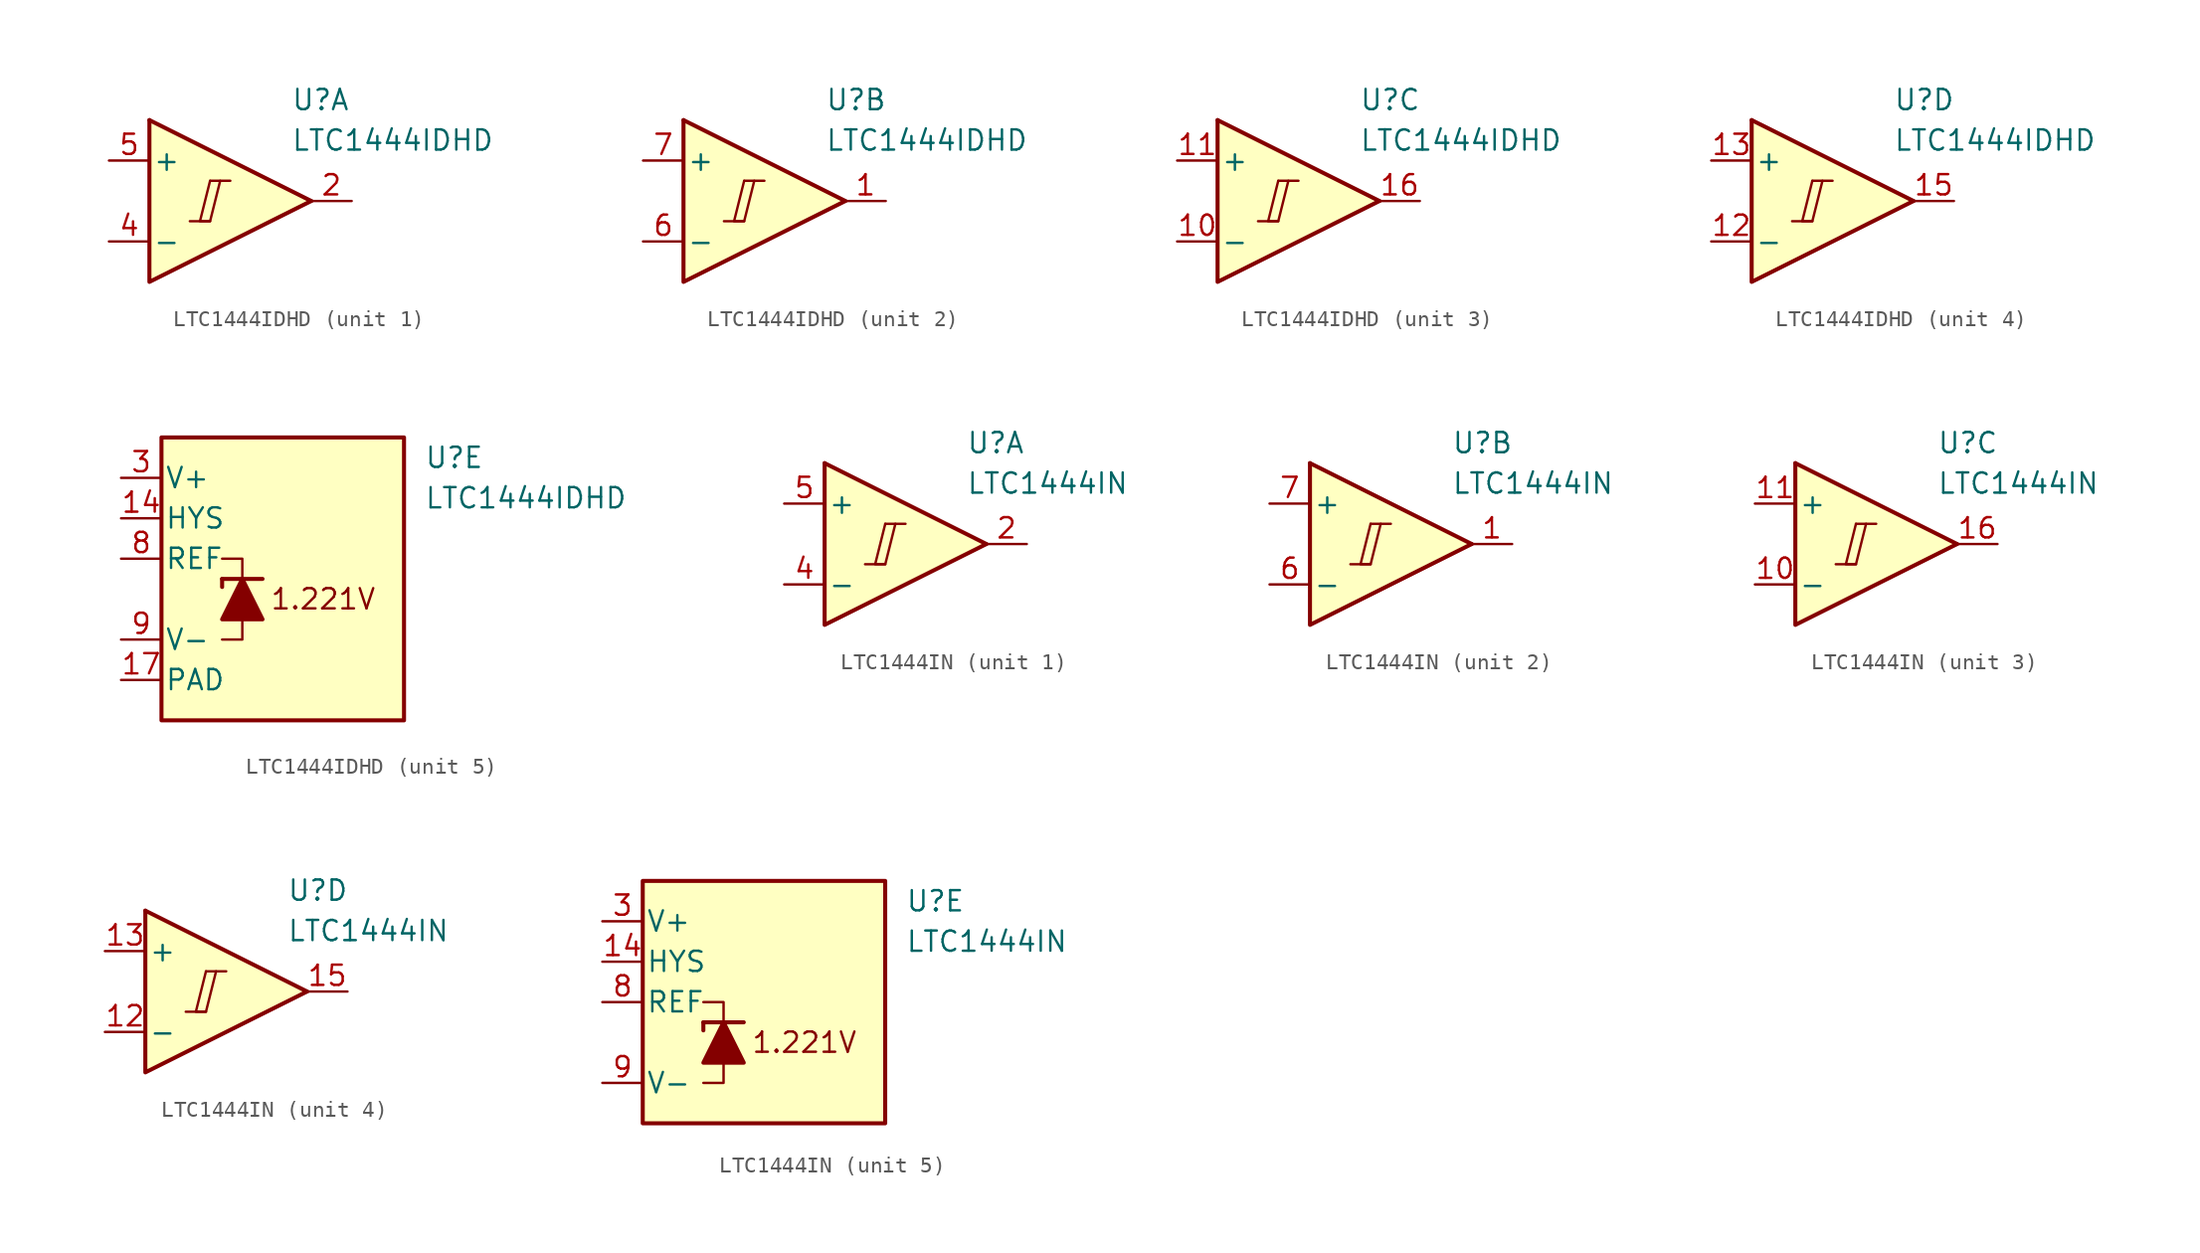
<source format=kicad_sym>
(kicad_symbol_lib
  (version 20231120)
  (generator "kicad_symbol_editor")
  (generator_version "8.0")
  (symbol "LTC1444IDHD"
    (pin_names
      (offset 0.2))
    (property "Reference" "U"
      (at 5.08 6.35 0)
      (effects (font (size 1.27 1.27)) (justify left)))
    (property "Value" "LTC1444IDHD"
      (at 5.08 3.81 0)
      (effects (font (size 1.27 1.27)) (justify left)))
    (property "ki_locked" ""
      (at 0 0 0)
      (effects (font (size 1.27 1.27))))
    (symbol "LTC1444IDHD_1_0"
      (polyline (pts (xy -1.27 -1.27) (xy 0 -1.27)) (stroke (width 0.152) (type default)) (fill (type none)))
      (polyline (pts (xy 0 1.27) (xy 1.27 1.27)) (stroke (width 0.152) (type default)) (fill (type none)))
      (polyline (pts (xy 0 1.27) (xy -0.635 -1.27) (xy 0 -1.27) (xy 0.635 1.27)) (stroke (width 0.152) (type default)) (fill (type none))))
    (symbol "LTC1444IDHD_1_1"
      (polyline (pts (xy -3.81 5.08) (xy 6.35 0)) (stroke (width 0.254) (type default)) (fill (type none)))
      (polyline (pts (xy -3.81 5.08) (xy -3.81 -5.08) (xy 6.35 0)) (stroke (width 0.254) (type default)) (fill (type background)))
      (pin output line (at 8.89 0 180) (length 2.54) (name "~" (effects (font (size 1.27 1.27)))) (number "2" (effects (font (size 1.27 1.27)))))
      (pin input line (at -6.35 -2.54 0) (length 2.54) (name "-" (effects (font (size 1.27 1.27)))) (number "4" (effects (font (size 1.27 1.27)))))
      (pin input line (at -6.35 2.54 0) (length 2.54) (name "+" (effects (font (size 1.27 1.27)))) (number "5" (effects (font (size 1.27 1.27))))))
    (symbol "LTC1444IDHD_2_0"
      (polyline (pts (xy -1.27 -1.27) (xy 0 -1.27)) (stroke (width 0.152) (type default)) (fill (type none)))
      (polyline (pts (xy 0 1.27) (xy 1.27 1.27)) (stroke (width 0.152) (type default)) (fill (type none)))
      (polyline (pts (xy 0 1.27) (xy -0.635 -1.27) (xy 0 -1.27) (xy 0.635 1.27)) (stroke (width 0.152) (type default)) (fill (type none))))
    (symbol "LTC1444IDHD_2_1"
      (polyline (pts (xy -3.81 5.08) (xy 6.35 0)) (stroke (width 0.254) (type default)) (fill (type none)))
      (polyline (pts (xy -3.81 5.08) (xy -3.81 -5.08) (xy 6.35 0)) (stroke (width 0.254) (type default)) (fill (type background)))
      (pin output line (at 8.89 0 180) (length 2.54) (name "~" (effects (font (size 1.27 1.27)))) (number "1" (effects (font (size 1.27 1.27)))))
      (pin input line (at -6.35 -2.54 0) (length 2.54) (name "-" (effects (font (size 1.27 1.27)))) (number "6" (effects (font (size 1.27 1.27)))))
      (pin input line (at -6.35 2.54 0) (length 2.54) (name "+" (effects (font (size 1.27 1.27)))) (number "7" (effects (font (size 1.27 1.27))))))
    (symbol "LTC1444IDHD_3_0"
      (polyline (pts (xy -1.27 -1.27) (xy 0 -1.27)) (stroke (width 0.152) (type default)) (fill (type none)))
      (polyline (pts (xy 0 1.27) (xy 1.27 1.27)) (stroke (width 0.152) (type default)) (fill (type none)))
      (polyline (pts (xy 0 1.27) (xy -0.635 -1.27) (xy 0 -1.27) (xy 0.635 1.27)) (stroke (width 0.152) (type default)) (fill (type none))))
    (symbol "LTC1444IDHD_3_1"
      (polyline (pts (xy -3.81 5.08) (xy 6.35 0)) (stroke (width 0.254) (type default)) (fill (type none)))
      (polyline (pts (xy -3.81 5.08) (xy -3.81 -5.08) (xy 6.35 0)) (stroke (width 0.254) (type default)) (fill (type background)))
      (pin input line (at -6.35 -2.54 0) (length 2.54) (name "-" (effects (font (size 1.27 1.27)))) (number "10" (effects (font (size 1.27 1.27)))))
      (pin input line (at -6.35 2.54 0) (length 2.54) (name "+" (effects (font (size 1.27 1.27)))) (number "11" (effects (font (size 1.27 1.27)))))
      (pin output line (at 8.89 0 180) (length 2.54) (name "~" (effects (font (size 1.27 1.27)))) (number "16" (effects (font (size 1.27 1.27))))))
    (symbol "LTC1444IDHD_4_0"
      (polyline (pts (xy -1.27 -1.27) (xy 0 -1.27)) (stroke (width 0.152) (type default)) (fill (type none)))
      (polyline (pts (xy 0 1.27) (xy 1.27 1.27)) (stroke (width 0.152) (type default)) (fill (type none)))
      (polyline (pts (xy 0 1.27) (xy -0.635 -1.27) (xy 0 -1.27) (xy 0.635 1.27)) (stroke (width 0.152) (type default)) (fill (type none))))
    (symbol "LTC1444IDHD_4_1"
      (polyline (pts (xy -3.81 5.08) (xy 6.35 0)) (stroke (width 0.254) (type default)) (fill (type none)))
      (polyline (pts (xy -3.81 5.08) (xy -3.81 -5.08) (xy 6.35 0)) (stroke (width 0.254) (type default)) (fill (type background)))
      (pin input line (at -6.35 -2.54 0) (length 2.54) (name "-" (effects (font (size 1.27 1.27)))) (number "12" (effects (font (size 1.27 1.27)))))
      (pin input line (at -6.35 2.54 0) (length 2.54) (name "+" (effects (font (size 1.27 1.27)))) (number "13" (effects (font (size 1.27 1.27)))))
      (pin output line (at 8.89 0 180) (length 2.54) (name "~" (effects (font (size 1.27 1.27)))) (number "15" (effects (font (size 1.27 1.27))))))
    (symbol "LTC1444IDHD_5_0"
      (text "1.221V" (at -1.27 -2.54 0) (effects (font (size 1.27 1.27)))))
    (symbol "LTC1444IDHD_5_1"
      (rectangle (start -11.43 7.62) (end 3.81 -10.16) (stroke (width 0.254) (type default)) (fill (type background)))
      (polyline (pts (xy -7.62 -1.27) (xy -7.62 -1.778)) (stroke (width 0.254) (type default)) (fill (type none)))
      (polyline (pts (xy -7.62 -1.27) (xy -5.08 -1.27)) (stroke (width 0.254) (type default)) (fill (type none)))
      (polyline (pts (xy -6.35 -3.81) (xy -6.35 -5.08) (xy -7.62 -5.08)) (stroke (width 0) (type default)) (fill (type none)))
      (polyline (pts (xy -6.35 -1.27) (xy -6.35 0) (xy -7.62 0)) (stroke (width 0) (type default)) (fill (type none)))
      (polyline (pts (xy -5.08 -3.81) (xy -7.62 -3.81) (xy -6.35 -1.27) (xy -5.08 -3.81)) (stroke (width 0.254) (type default)) (fill (type outline)))
      (pin input line (at -13.97 2.54 0) (length 2.54) (name "HYS" (effects (font (size 1.27 1.27)))) (number "14" (effects (font (size 1.27 1.27)))))
      (pin power_in line (at -13.97 -7.62 0) (length 2.54) (name "PAD" (effects (font (size 1.27 1.27)))) (number "17" (effects (font (size 1.27 1.27)))))
      (pin power_in line (at -13.97 5.08 0) (length 2.54) (name "V+" (effects (font (size 1.27 1.27)))) (number "3" (effects (font (size 1.27 1.27)))))
      (pin output line (at -13.97 0 0) (length 2.54) (name "REF" (effects (font (size 1.27 1.27)))) (number "8" (effects (font (size 1.27 1.27)))))
      (pin power_in line (at -13.97 -5.08 0) (length 2.54) (name "V-" (effects (font (size 1.27 1.27)))) (number "9" (effects (font (size 1.27 1.27)))))))
  (symbol "LTC1444IN"
    (pin_names
      (offset 0.2))
    (property "Reference" "U"
      (at 5.08 6.35 0)
      (effects (font (size 1.27 1.27)) (justify left)))
    (property "Value" "LTC1444IN"
      (at 5.08 3.81 0)
      (effects (font (size 1.27 1.27)) (justify left)))
    (property "ki_locked" ""
      (at 0 0 0)
      (effects (font (size 1.27 1.27))))
    (symbol "LTC1444IN_1_0"
      (polyline (pts (xy -1.27 -1.27) (xy 0 -1.27)) (stroke (width 0.152) (type default)) (fill (type none)))
      (polyline (pts (xy 0 1.27) (xy 1.27 1.27)) (stroke (width 0.152) (type default)) (fill (type none)))
      (polyline (pts (xy 0 1.27) (xy -0.635 -1.27) (xy 0 -1.27) (xy 0.635 1.27)) (stroke (width 0.152) (type default)) (fill (type none))))
    (symbol "LTC1444IN_1_1"
      (polyline (pts (xy -3.81 5.08) (xy 6.35 0)) (stroke (width 0.254) (type default)) (fill (type none)))
      (polyline (pts (xy -3.81 5.08) (xy -3.81 -5.08) (xy 6.35 0)) (stroke (width 0.254) (type default)) (fill (type background)))
      (pin output line (at 8.89 0 180) (length 2.54) (name "~" (effects (font (size 1.27 1.27)))) (number "2" (effects (font (size 1.27 1.27)))))
      (pin input line (at -6.35 -2.54 0) (length 2.54) (name "-" (effects (font (size 1.27 1.27)))) (number "4" (effects (font (size 1.27 1.27)))))
      (pin input line (at -6.35 2.54 0) (length 2.54) (name "+" (effects (font (size 1.27 1.27)))) (number "5" (effects (font (size 1.27 1.27))))))
    (symbol "LTC1444IN_2_0"
      (polyline (pts (xy -1.27 -1.27) (xy 0 -1.27)) (stroke (width 0.152) (type default)) (fill (type none)))
      (polyline (pts (xy 0 1.27) (xy 1.27 1.27)) (stroke (width 0.152) (type default)) (fill (type none)))
      (polyline (pts (xy 0 1.27) (xy -0.635 -1.27) (xy 0 -1.27) (xy 0.635 1.27)) (stroke (width 0.152) (type default)) (fill (type none))))
    (symbol "LTC1444IN_2_1"
      (polyline (pts (xy -3.81 5.08) (xy 6.35 0)) (stroke (width 0.254) (type default)) (fill (type none)))
      (polyline (pts (xy -3.81 5.08) (xy -3.81 -5.08) (xy 6.35 0)) (stroke (width 0.254) (type default)) (fill (type background)))
      (pin output line (at 8.89 0 180) (length 2.54) (name "~" (effects (font (size 1.27 1.27)))) (number "1" (effects (font (size 1.27 1.27)))))
      (pin input line (at -6.35 -2.54 0) (length 2.54) (name "-" (effects (font (size 1.27 1.27)))) (number "6" (effects (font (size 1.27 1.27)))))
      (pin input line (at -6.35 2.54 0) (length 2.54) (name "+" (effects (font (size 1.27 1.27)))) (number "7" (effects (font (size 1.27 1.27))))))
    (symbol "LTC1444IN_3_0"
      (polyline (pts (xy -1.27 -1.27) (xy 0 -1.27)) (stroke (width 0.152) (type default)) (fill (type none)))
      (polyline (pts (xy 0 1.27) (xy 1.27 1.27)) (stroke (width 0.152) (type default)) (fill (type none)))
      (polyline (pts (xy 0 1.27) (xy -0.635 -1.27) (xy 0 -1.27) (xy 0.635 1.27)) (stroke (width 0.152) (type default)) (fill (type none))))
    (symbol "LTC1444IN_3_1"
      (polyline (pts (xy -3.81 5.08) (xy 6.35 0)) (stroke (width 0.254) (type default)) (fill (type none)))
      (polyline (pts (xy -3.81 5.08) (xy -3.81 -5.08) (xy 6.35 0)) (stroke (width 0.254) (type default)) (fill (type background)))
      (pin input line (at -6.35 -2.54 0) (length 2.54) (name "-" (effects (font (size 1.27 1.27)))) (number "10" (effects (font (size 1.27 1.27)))))
      (pin input line (at -6.35 2.54 0) (length 2.54) (name "+" (effects (font (size 1.27 1.27)))) (number "11" (effects (font (size 1.27 1.27)))))
      (pin output line (at 8.89 0 180) (length 2.54) (name "~" (effects (font (size 1.27 1.27)))) (number "16" (effects (font (size 1.27 1.27))))))
    (symbol "LTC1444IN_4_0"
      (polyline (pts (xy -1.27 -1.27) (xy 0 -1.27)) (stroke (width 0.152) (type default)) (fill (type none)))
      (polyline (pts (xy 0 1.27) (xy 1.27 1.27)) (stroke (width 0.152) (type default)) (fill (type none)))
      (polyline (pts (xy 0 1.27) (xy -0.635 -1.27) (xy 0 -1.27) (xy 0.635 1.27)) (stroke (width 0.152) (type default)) (fill (type none))))
    (symbol "LTC1444IN_4_1"
      (polyline (pts (xy -3.81 5.08) (xy 6.35 0)) (stroke (width 0.254) (type default)) (fill (type none)))
      (polyline (pts (xy -3.81 5.08) (xy -3.81 -5.08) (xy 6.35 0)) (stroke (width 0.254) (type default)) (fill (type background)))
      (pin input line (at -6.35 -2.54 0) (length 2.54) (name "-" (effects (font (size 1.27 1.27)))) (number "12" (effects (font (size 1.27 1.27)))))
      (pin input line (at -6.35 2.54 0) (length 2.54) (name "+" (effects (font (size 1.27 1.27)))) (number "13" (effects (font (size 1.27 1.27)))))
      (pin output line (at 8.89 0 180) (length 2.54) (name "~" (effects (font (size 1.27 1.27)))) (number "15" (effects (font (size 1.27 1.27))))))
    (symbol "LTC1444IN_5_0"
      (text "1.221V" (at -1.27 -2.54 0) (effects (font (size 1.27 1.27)))))
    (symbol "LTC1444IN_5_1"
      (rectangle (start -11.43 7.62) (end 3.81 -7.62) (stroke (width 0.254) (type default)) (fill (type background)))
      (polyline (pts (xy -7.62 -1.27) (xy -7.62 -1.778)) (stroke (width 0.254) (type default)) (fill (type none)))
      (polyline (pts (xy -7.62 -1.27) (xy -5.08 -1.27)) (stroke (width 0.254) (type default)) (fill (type none)))
      (polyline (pts (xy -6.35 -3.81) (xy -6.35 -5.08) (xy -7.62 -5.08)) (stroke (width 0) (type default)) (fill (type none)))
      (polyline (pts (xy -6.35 -1.27) (xy -6.35 0) (xy -7.62 0)) (stroke (width 0) (type default)) (fill (type none)))
      (polyline (pts (xy -5.08 -3.81) (xy -7.62 -3.81) (xy -6.35 -1.27) (xy -5.08 -3.81)) (stroke (width 0.254) (type default)) (fill (type outline)))
      (pin input line (at -13.97 2.54 0) (length 2.54) (name "HYS" (effects (font (size 1.27 1.27)))) (number "14" (effects (font (size 1.27 1.27)))))
      (pin power_in line (at -13.97 5.08 0) (length 2.54) (name "V+" (effects (font (size 1.27 1.27)))) (number "3" (effects (font (size 1.27 1.27)))))
      (pin output line (at -13.97 0 0) (length 2.54) (name "REF" (effects (font (size 1.27 1.27)))) (number "8" (effects (font (size 1.27 1.27)))))
      (pin power_in line (at -13.97 -5.08 0) (length 2.54) (name "V-" (effects (font (size 1.27 1.27)))) (number "9" (effects (font (size 1.27 1.27))))))))
</source>
